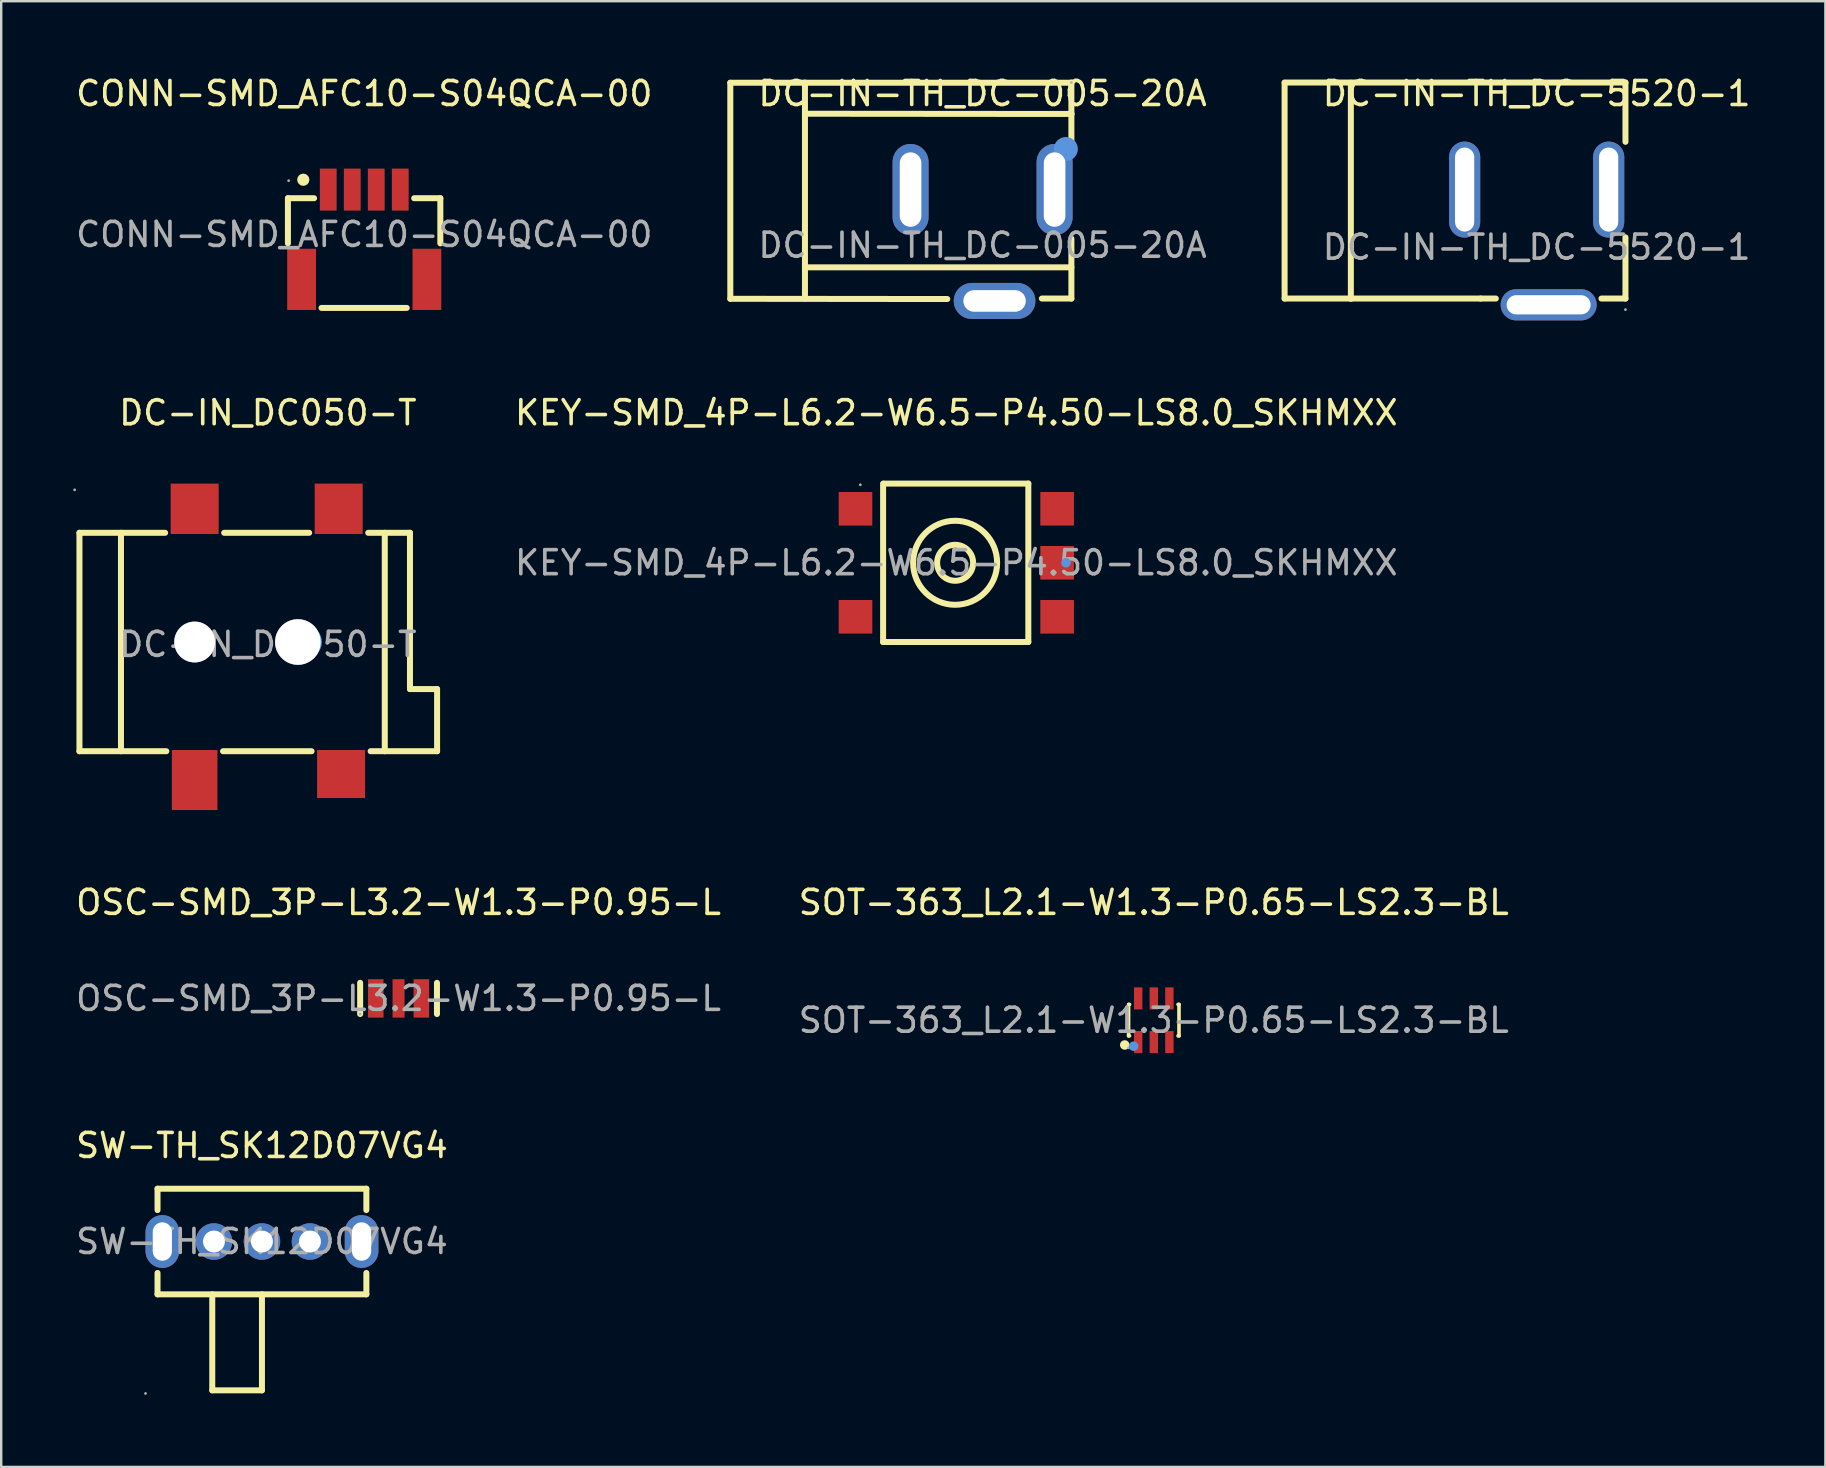
<source format=kicad_pcb>
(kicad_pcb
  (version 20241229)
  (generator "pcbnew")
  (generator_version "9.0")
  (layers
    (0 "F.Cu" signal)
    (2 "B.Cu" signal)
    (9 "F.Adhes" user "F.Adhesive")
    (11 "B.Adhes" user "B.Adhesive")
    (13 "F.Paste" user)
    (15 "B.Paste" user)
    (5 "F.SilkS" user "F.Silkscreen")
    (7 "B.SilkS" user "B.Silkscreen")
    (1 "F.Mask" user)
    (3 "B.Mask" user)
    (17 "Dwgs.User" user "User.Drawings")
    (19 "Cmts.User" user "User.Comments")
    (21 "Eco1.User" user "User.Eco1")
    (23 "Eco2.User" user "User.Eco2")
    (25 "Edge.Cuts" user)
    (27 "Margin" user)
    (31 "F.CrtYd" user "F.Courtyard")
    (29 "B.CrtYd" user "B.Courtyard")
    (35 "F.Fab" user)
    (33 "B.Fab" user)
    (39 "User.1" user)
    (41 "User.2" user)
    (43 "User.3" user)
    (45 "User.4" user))
  (footprint "SW-TH_SK12D07VG4"
    (layer "F.Cu")
    (at 7.863 48.673)
    (property "Reference" "SW-TH_SK12D07VG4" (at 0 -4 0) (layer "F.SilkS") (effects (font (size 1 1) (thickness 0.15))))
    (attr through_hole)
    (fp_line (start -4.35 -2.2) (end 4.35 -2.2) (stroke (width 0.25) (type solid)) (layer "F.SilkS"))
    (fp_line (start -4.35 -1.31) (end -4.35 -2.2) (stroke (width 0.25) (type solid)) (layer "F.SilkS"))
    (fp_line (start -4.35 2.2) (end -4.35 1.31) (stroke (width 0.25) (type solid)) (layer "F.SilkS"))
    (fp_line (start -2.07 2.2) (end -2.07 6.2) (stroke (width 0.25) (type solid)) (layer "F.SilkS"))
    (fp_line (start -2.07 6.2) (end 0 6.2) (stroke (width 0.25) (type solid)) (layer "F.SilkS"))
    (fp_line (start 0 6.2) (end 0 2.2) (stroke (width 0.25) (type solid)) (layer "F.SilkS"))
    (fp_line (start 4.35 -2.2) (end 4.35 -1.31) (stroke (width 0.25) (type solid)) (layer "F.SilkS"))
    (fp_line (start 4.35 1.31) (end 4.35 2.2) (stroke (width 0.25) (type solid)) (layer "F.SilkS"))
    (fp_line (start 4.35 2.2) (end -4.35 2.2) (stroke (width 0.25) (type solid)) (layer "F.SilkS"))
    (fp_circle (center -4.85 6.33) (end -4.82 6.33) (stroke (width 0.06) (type solid)) (fill no) (layer "F.Fab"))
    (fp_circle (center -2 0) (end -1.82 0) (stroke (width 0.36) (type solid)) (fill no) (layer "F.Fab"))
    (fp_circle (center 0 0) (end 0.18 0) (stroke (width 0.36) (type solid)) (fill no) (layer "F.Fab"))
    (fp_circle (center 2 0) (end 2.18 0) (stroke (width 0.36) (type solid)) (fill no) (layer "F.Fab"))
    (fp_text user "${REFERENCE}" (at 0 0 0) (layer "F.Fab") (effects (font (size 1 1) (thickness 0.15))))
    (pad "1" thru_hole circle (at -2 0) (size 1.52 1.52) (drill 0.914) (layers "*.Cu" "*.Mask"))
    (pad "2" thru_hole circle (at 0 0) (size 1.52 1.52) (drill 0.914) (layers "*.Cu" "*.Mask"))
    (pad "3" thru_hole circle (at 2 0) (size 1.52 1.52) (drill 0.914) (layers "*.Cu" "*.Mask"))
    (pad "4" thru_hole oval (at 4.15 0) (size 1.4 2.2) (drill oval 0.8 1.6) (layers "*.Cu" "*.Mask"))
    (pad "5" thru_hole oval (at -4.15 0) (size 1.4 2.2) (drill oval 0.8 1.6) (layers "*.Cu" "*.Mask")))
  (footprint "OSC-SMD_3P-L3.2-W1.3-P0.95-L"
    (layer "F.Cu")
    (at 13.554 38.545)
    (property "Reference" "OSC-SMD_3P-L3.2-W1.3-P0.95-L" (at 0 -4 0) (layer "F.SilkS") (effects (font (size 1 1) (thickness 0.15))))
    (attr smd)
    (fp_line (start -1.6 -0.65) (end -1.6 0.65) (stroke (width 0.25) (type solid)) (layer "F.SilkS"))
    (fp_line (start 1.6 0.65) (end 1.6 -0.65) (stroke (width 0.25) (type solid)) (layer "F.SilkS"))
    (fp_circle (center -1.6 0.65) (end -1.57 0.65) (stroke (width 0.06) (type solid)) (fill no) (layer "F.Fab"))
    (fp_text user "${REFERENCE}" (at 0 0 0) (layer "F.Fab") (effects (font (size 1 1) (thickness 0.15))))
    (pad "1" smd rect (at -0.95 0 90) (size 1.6 0.65) (layers "F.Cu" "F.Mask" "F.Paste"))
    (pad "2" smd rect (at 0 0 90) (size 1.6 0.5) (layers "F.Cu" "F.Mask" "F.Paste"))
    (pad "3" smd rect (at 0.95 0 90) (size 1.6 0.65) (layers "F.Cu" "F.Mask" "F.Paste")))
  (footprint "SOT-363_L2.1-W1.3-P0.65-LS2.3-BL"
    (layer "F.Cu")
    (at 45.018 39.455)
    (property "Reference" "SOT-363_L2.1-W1.3-P0.65-LS2.3-BL" (at 0 -4.91 0) (layer "F.SilkS") (effects (font (size 1 1) (thickness 0.15))))
    (attr smd)
    (fp_line (start -1.05 -0.66) (end -1.05 0.65) (stroke (width 0.15) (type solid)) (layer "F.SilkS"))
    (fp_line (start -1.05 0.65) (end -1.01 0.65) (stroke (width 0.15) (type solid)) (layer "F.SilkS"))
    (fp_line (start -1.01 -0.66) (end -1.04 -0.66) (stroke (width 0.15) (type solid)) (layer "F.SilkS"))
    (fp_line (start 1.01 0.65) (end 1.05 0.65) (stroke (width 0.15) (type solid)) (layer "F.SilkS"))
    (fp_line (start 1.05 -0.66) (end 1.01 -0.66) (stroke (width 0.15) (type solid)) (layer "F.SilkS"))
    (fp_line (start 1.05 0.65) (end 1.05 -0.66) (stroke (width 0.15) (type solid)) (layer "F.SilkS"))
    (fp_circle (center -1.21 1.03) (end -1.11 1.03) (stroke (width 0.2) (type solid)) (fill no) (layer "F.SilkS"))
    (fp_circle (center -0.84 1.08) (end -0.74 1.08) (stroke (width 0.2) (type solid)) (fill no) (layer "Cmts.User"))
    (fp_circle (center -1.05 1.15) (end -1.02 1.15) (stroke (width 0.06) (type solid)) (fill no) (layer "F.Fab"))
    (fp_text user "${REFERENCE}" (at 0 0 0) (layer "F.Fab") (effects (font (size 1 1) (thickness 0.15))))
    (pad "1" smd rect (at -0.65 0.91) (size 0.35 0.92) (layers "F.Cu" "F.Mask" "F.Paste"))
    (pad "2" smd rect (at 0 0.91) (size 0.35 0.92) (layers "F.Cu" "F.Mask" "F.Paste"))
    (pad "3" smd rect (at 0.65 0.91) (size 0.35 0.92) (layers "F.Cu" "F.Mask" "F.Paste"))
    (pad "4" smd rect (at 0.65 -0.91) (size 0.35 0.92) (layers "F.Cu" "F.Mask" "F.Paste"))
    (pad "5" smd rect (at 0 -0.91) (size 0.35 0.92) (layers "F.Cu" "F.Mask" "F.Paste"))
    (pad "6" smd rect (at -0.65 -0.91) (size 0.35 0.92) (layers "F.Cu" "F.Mask" "F.Paste")))
  (footprint "KEY-SMD_4P-L6.2-W6.5-P4.50-LS8.0_SKHMXX"
    (layer "F.Cu")
    (at 36.791 20.396)
    (property "Reference" "KEY-SMD_4P-L6.2-W6.5-P4.50-LS8.0_SKHMXX" (at 0 -6.25 0) (layer "F.SilkS") (effects (font (size 1 1) (thickness 0.15))))
    (attr smd)
    (fp_line (start -3.05 3.3) (end -3.05 -3.3) (stroke (width 0.25) (type solid)) (layer "F.SilkS"))
    (fp_line (start -3 -3.3) (end 3 -3.3) (stroke (width 0.25) (type solid)) (layer "F.SilkS"))
    (fp_line (start 3 -3.3) (end 3 3.3) (stroke (width 0.25) (type solid)) (layer "F.SilkS"))
    (fp_line (start 3 3.3) (end -3.05 3.3) (stroke (width 0.25) (type solid)) (layer "F.SilkS"))
    (fp_circle (center -0.05 0) (end 0.7 0) (stroke (width 0.25) (type solid)) (fill no) (layer "F.SilkS"))
    (fp_circle (center -0.05 0) (end 1.7 0) (stroke (width 0.25) (type solid)) (fill no) (layer "F.SilkS"))
    (fp_circle (center 4.57 0) (end 4.67 0) (stroke (width 0.2) (type solid)) (fill no) (layer "Cmts.User"))
    (fp_circle (center -4 -3.25) (end -3.97 -3.25) (stroke (width 0.06) (type solid)) (fill no) (layer "F.Fab"))
    (fp_text user "${REFERENCE}" (at 0 0 0) (layer "F.Fab") (effects (font (size 1 1) (thickness 0.15))))
    (pad "1" smd rect (at -4.2 -2.25) (size 1.4 1.4) (layers "F.Cu" "F.Mask" "F.Paste"))
    (pad "2" smd rect (at 4.2 -2.25) (size 1.4 1.4) (layers "F.Cu" "F.Mask" "F.Paste"))
    (pad "3" smd rect (at -4.2 2.25) (size 1.4 1.4) (layers "F.Cu" "F.Mask" "F.Paste"))
    (pad "4" smd rect (at 4.2 2.25) (size 1.4 1.4) (layers "F.Cu" "F.Mask" "F.Paste"))
    (pad "5" smd rect (at 4.2 0) (size 1.4 1.4) (layers "F.Cu" "F.Mask" "F.Paste")))
  (footprint "DC-IN_DC050-T"
    (layer "F.Cu")
    (at 8.11 23.797)
    (property "Reference" "DC-IN_DC050-T" (at 0 -9.65 0) (layer "F.SilkS") (effects (font (size 1 1) (thickness 0.15))))
    (attr smd)
    (fp_line (start -7.85 -4.65) (end -4.28 -4.65) (stroke (width 0.25) (type solid)) (layer "F.SilkS"))
    (fp_line (start -7.85 4.45) (end -7.85 -4.65) (stroke (width 0.25) (type solid)) (layer "F.SilkS"))
    (fp_line (start -6.12 -4.65) (end -6.12 4.45) (stroke (width 0.25) (type solid)) (layer "F.SilkS"))
    (fp_line (start -4.23 4.45) (end -7.85 4.45) (stroke (width 0.25) (type solid)) (layer "F.SilkS"))
    (fp_line (start -1.82 -4.65) (end 1.72 -4.65) (stroke (width 0.25) (type solid)) (layer "F.SilkS"))
    (fp_line (start 1.82 4.45) (end -1.87 4.45) (stroke (width 0.25) (type solid)) (layer "F.SilkS"))
    (fp_line (start 4.87 4.45) (end 4.87 -4.65) (stroke (width 0.25) (type solid)) (layer "F.SilkS"))
    (fp_line (start 5.92 -4.65) (end 4.18 -4.65) (stroke (width 0.25) (type solid)) (layer "F.SilkS"))
    (fp_line (start 5.92 1.86) (end 5.92 -4.65) (stroke (width 0.25) (type solid)) (layer "F.SilkS"))
    (fp_line (start 7.05 1.86) (end 5.92 1.86) (stroke (width 0.25) (type solid)) (layer "F.SilkS"))
    (fp_line (start 7.05 4.45) (end 4.28 4.45) (stroke (width 0.25) (type solid)) (layer "F.SilkS"))
    (fp_line (start 7.05 4.45) (end 7.05 1.86) (stroke (width 0.25) (type solid)) (layer "F.SilkS"))
    (fp_circle (center -3.05 -0.1) (end -2.77 -0.1) (stroke (width 0.55) (type solid)) (fill no) (layer "Cmts.User"))
    (fp_circle (center 1.55 -0.1) (end 1.9 -0.1) (stroke (width 0.7) (type solid)) (fill no) (layer "Cmts.User"))
    (fp_circle (center -8.05 -6.44) (end -8.02 -6.44) (stroke (width 0.06) (type solid)) (fill no) (layer "F.Fab"))
    (fp_text user "${REFERENCE}" (at 0 0 0) (layer "F.Fab") (effects (font (size 1 1) (thickness 0.15))))
    (pad "" thru_hole circle (at -3.05 -0.1) (size 1.7 1.7) (drill 1.7) (layers "*.Cu" "*.Mask"))
    (pad "" thru_hole circle (at 1.25 -0.1) (size 1.9 1.9) (drill 1.9) (layers "*.Cu" "*.Mask"))
    (pad "1" smd rect (at -3.05 -5.65) (size 2 2.1) (layers "F.Cu" "F.Mask" "F.Paste"))
    (pad "1" smd rect (at 2.95 -5.65) (size 2 2.1) (layers "F.Cu" "F.Mask" "F.Paste"))
    (pad "2" smd rect (at -3.05 5.65) (size 1.9 2.5) (layers "F.Cu" "F.Mask" "F.Paste"))
    (pad "3" smd rect (at 3.05 5.4) (size 2 2) (layers "F.Cu" "F.Mask" "F.Paste")))
  (footprint "CONN-SMD_AFC10-S04QCA-00"
    (layer "F.Cu")
    (at 12.125 6.718)
    (property "Reference" "CONN-SMD_AFC10-S04QCA-00" (at 0 -5.87 0) (layer "F.SilkS") (effects (font (size 1 1) (thickness 0.15))))
    (attr smd)
    (fp_line (start -3.18 -1.51) (end -2.09 -1.51) (stroke (width 0.25) (type solid)) (layer "F.SilkS"))
    (fp_line (start -3.18 0.37) (end -3.18 -1.51) (stroke (width 0.25) (type solid)) (layer "F.SilkS"))
    (fp_line (start -1.78 3.06) (end 1.77 3.06) (stroke (width 0.25) (type solid)) (layer "F.SilkS"))
    (fp_line (start 2.08 -1.51) (end 3.17 -1.51) (stroke (width 0.25) (type solid)) (layer "F.SilkS"))
    (fp_line (start 3.17 -1.51) (end 3.17 0.37) (stroke (width 0.25) (type solid)) (layer "F.SilkS"))
    (fp_circle (center -2.54 -2.28) (end -2.41 -2.28) (stroke (width 0.25) (type solid)) (fill no) (layer "F.SilkS"))
    (fp_circle (center -3.15 -2.24) (end -3.12 -2.24) (stroke (width 0.06) (type solid)) (fill no) (layer "F.Fab"))
    (fp_text user "${REFERENCE}" (at 0 0 0) (layer "F.Fab") (effects (font (size 1 1) (thickness 0.15))))
    (pad "1" smd rect (at -1.5 -1.87) (size 0.7 1.75) (layers "F.Cu" "F.Mask" "F.Paste"))
    (pad "2" smd rect (at -0.5 -1.87) (size 0.7 1.75) (layers "F.Cu" "F.Mask" "F.Paste"))
    (pad "3" smd rect (at 0.5 -1.87) (size 0.7 1.75) (layers "F.Cu" "F.Mask" "F.Paste"))
    (pad "4" smd rect (at 1.5 -1.87) (size 0.7 1.75) (layers "F.Cu" "F.Mask" "F.Paste"))
    (pad "5" smd rect (at -2.61 1.87) (size 1.2 2.55) (layers "F.Cu" "F.Mask" "F.Paste"))
    (pad "6" smd rect (at 2.61 1.87) (size 1.2 2.55) (layers "F.Cu" "F.Mask" "F.Paste")))
  (footprint "DC-IN-TH_DC-5520-1"
    (layer "F.Cu")
    (at 60.968 7.248)
    (property "Reference" "DC-IN-TH_DC-5520-1" (at 0 -6.4 0) (layer "F.SilkS") (effects (font (size 1 1) (thickness 0.15))))
    (attr through_hole)
    (fp_line (start -10.5 -6.86) (end 3.7 -6.86) (stroke (width 0.25) (type solid)) (layer "F.SilkS"))
    (fp_line (start -10.5 -6.85) (end -10.5 2.14) (stroke (width 0.25) (type solid)) (layer "F.SilkS"))
    (fp_line (start -10.5 2.14) (end -2.33 2.14) (stroke (width 0.25) (type solid)) (layer "F.SilkS"))
    (fp_line (start -7.74 -6.85) (end -7.74 2.15) (stroke (width 0.25) (type solid)) (layer "F.SilkS"))
    (fp_line (start -1.7 2.14) (end -2.33 2.14) (stroke (width 0.25) (type solid)) (layer "F.SilkS"))
    (fp_line (start 3.7 -6.86) (end 3.7 -4.39) (stroke (width 0.25) (type solid)) (layer "F.SilkS"))
    (fp_line (start 3.7 -0.41) (end 3.7 2.14) (stroke (width 0.25) (type solid)) (layer "F.SilkS"))
    (fp_line (start 3.7 2.14) (end 2.7 2.14) (stroke (width 0.25) (type solid)) (layer "F.SilkS"))
    (fp_circle (center 3.7 2.6) (end 3.73 2.6) (stroke (width 0.06) (type solid)) (fill no) (layer "F.Fab"))
    (fp_text user "${REFERENCE}" (at 0 0 0) (layer "F.Fab") (effects (font (size 1 1) (thickness 0.15))))
    (pad "2" thru_hole oval (at 0.5 2.4) (size 4 1.3) (drill oval 3.5 0.8) (layers "*.Cu" "*.Mask"))
    (pad "3" thru_hole oval (at -3 -2.4 270) (size 4 1.3) (drill oval 3.5 0.8) (layers "*.Cu" "*.Mask"))
    (pad "4" thru_hole oval (at 3 -2.4 90) (size 4 1.3) (drill oval 3.5 0.8) (layers "*.Cu" "*.Mask")))
  (footprint "DC-IN-TH_DC-005-20A"
    (layer "F.Cu")
    (at 37.885 7.168)
    (property "Reference" "DC-IN-TH_DC-005-20A" (at 0 -6.32 0) (layer "F.SilkS") (effects (font (size 1 1) (thickness 0.15))))
    (attr through_hole)
    (fp_line (start -10.51 -6.77) (end 3.71 -6.77) (stroke (width 0.25) (type solid)) (layer "F.SilkS"))
    (fp_line (start -10.51 2.23) (end -10.51 -6.77) (stroke (width 0.25) (type solid)) (layer "F.SilkS"))
    (fp_line (start -10.51 2.23) (end -1.47 2.24) (stroke (width 0.25) (type solid)) (layer "F.SilkS"))
    (fp_line (start -7.4 2.22) (end -7.4 -6.78) (stroke (width 0.25) (type solid)) (layer "F.SilkS"))
    (fp_line (start -7.32 -5.48) (end 3.71 -5.47) (stroke (width 0.25) (type solid)) (layer "F.SilkS"))
    (fp_line (start -7.32 0.92) (end 3.7 0.92) (stroke (width 0.25) (type solid)) (layer "F.SilkS"))
    (fp_line (start 2.47 2.22) (end 3.7 2.22) (stroke (width 0.25) (type solid)) (layer "F.SilkS"))
    (fp_line (start 3.7 -6.78) (end 3.7 -4.27) (stroke (width 0.25) (type solid)) (layer "F.SilkS"))
    (fp_line (start 3.7 -0.28) (end 3.7 2.22) (stroke (width 0.25) (type solid)) (layer "F.SilkS"))
    (fp_circle (center 3.47 -4.01) (end 3.72 -4.01) (stroke (width 0.5) (type solid)) (fill no) (layer "Cmts.User"))
    (fp_circle (center 3.7 -6.78) (end 3.73 -6.78) (stroke (width 0.06) (type solid)) (fill no) (layer "F.Fab"))
    (fp_text user "${REFERENCE}" (at 0 0 0) (layer "F.Fab") (effects (font (size 1 1) (thickness 0.15))))
    (pad "1" thru_hole oval (at 3 -2.32) (size 1.5 3.8) (drill oval 0.9 3.1) (layers "*.Cu" "*.Mask"))
    (pad "2" thru_hole oval (at -3 -2.32 180) (size 1.5 3.8) (drill oval 0.9 3.1) (layers "*.Cu" "*.Mask"))
    (pad "3" thru_hole oval (at 0.5 2.32 270) (size 1.5 3.4) (drill oval 0.9 2.6) (layers "*.Cu" "*.Mask")))
  (gr_rect
    (start -3 -3)
    (end 72.998 58.063)
    (stroke (width 0.1) (type default))
    (fill no)
    (layer "Edge.Cuts")))
</source>
